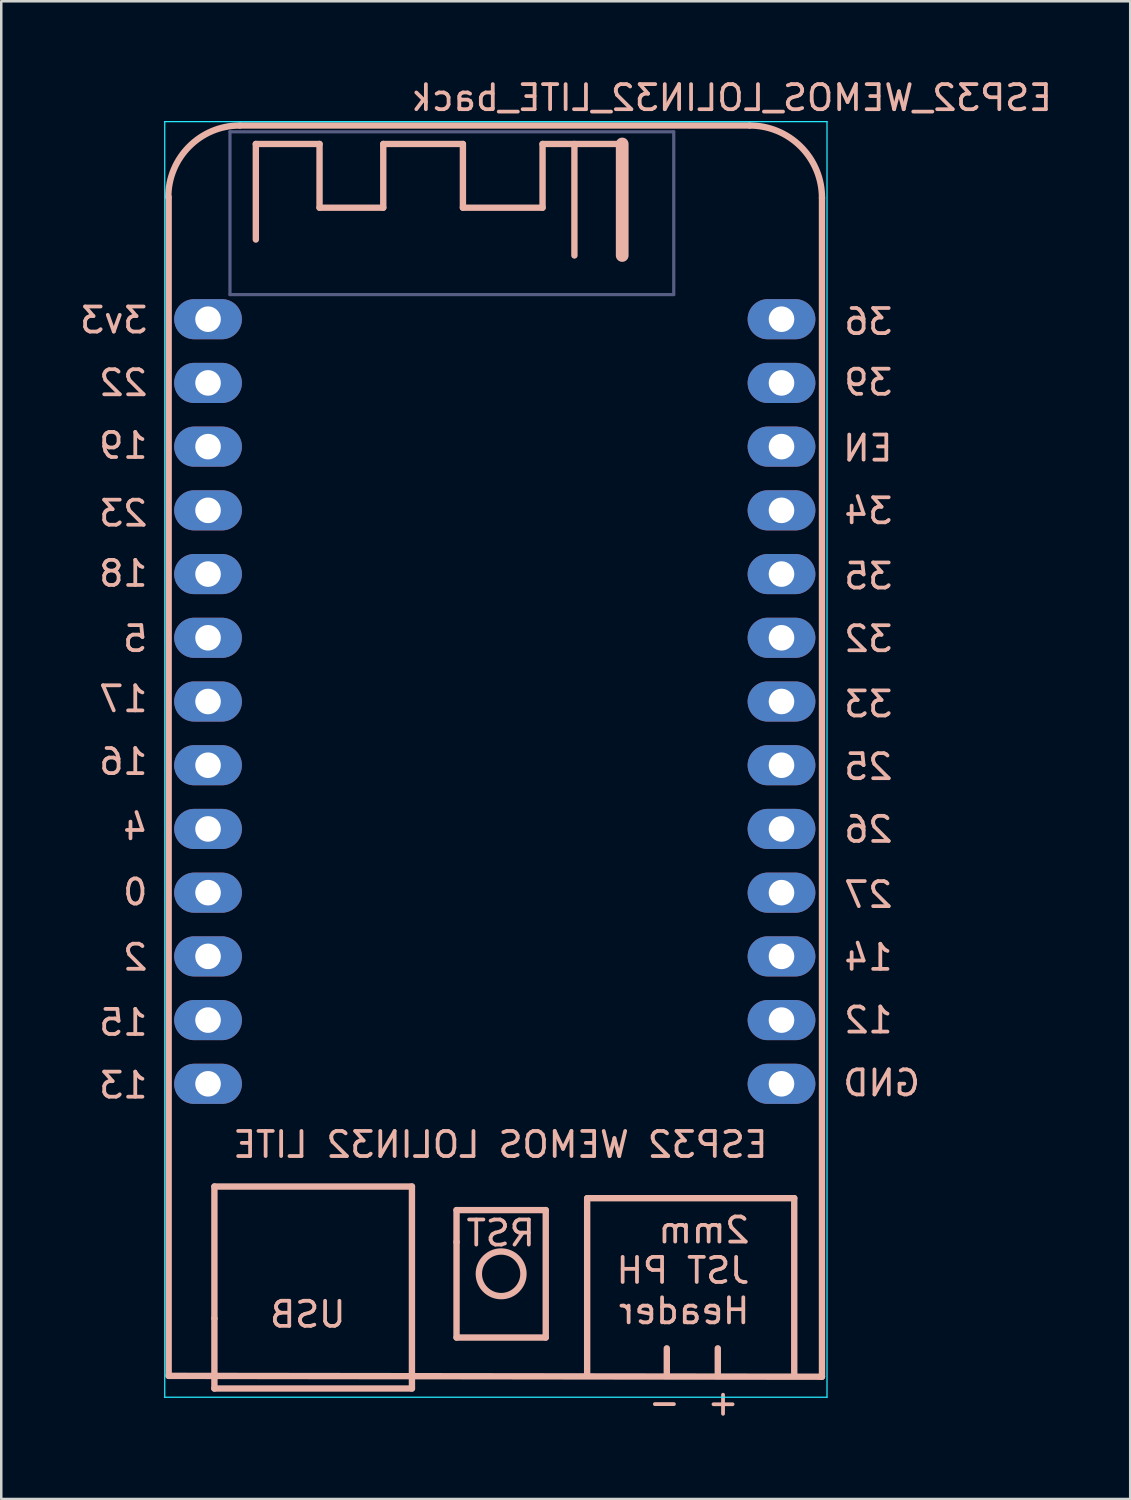
<source format=kicad_pcb>
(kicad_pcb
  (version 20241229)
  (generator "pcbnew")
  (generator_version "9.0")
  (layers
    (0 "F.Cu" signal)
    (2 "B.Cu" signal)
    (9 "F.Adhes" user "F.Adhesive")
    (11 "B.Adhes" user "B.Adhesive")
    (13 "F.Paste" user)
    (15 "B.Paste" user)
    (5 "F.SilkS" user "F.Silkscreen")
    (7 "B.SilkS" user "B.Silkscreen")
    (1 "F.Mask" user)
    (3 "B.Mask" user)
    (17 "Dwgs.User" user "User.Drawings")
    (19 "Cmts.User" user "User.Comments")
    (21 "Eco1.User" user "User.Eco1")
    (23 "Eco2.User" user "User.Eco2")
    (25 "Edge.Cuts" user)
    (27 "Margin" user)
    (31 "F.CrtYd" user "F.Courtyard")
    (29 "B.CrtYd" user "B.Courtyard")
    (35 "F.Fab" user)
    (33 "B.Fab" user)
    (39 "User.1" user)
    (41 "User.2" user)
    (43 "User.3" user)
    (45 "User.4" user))
  (footprint "ESP32_WEMOS_LOLIN32_LITE_back"
    (layer "F.Cu")
    (at 16.517 26.198)
    (property "Reference" "ESP32_WEMOS_LOLIN32_LITE_back" (at 9.6 -25.35 0) (layer "B.SilkS") (effects (font (size 1 1) (thickness 0.15)) (justify mirror)))
    (attr through_hole)
    (fp_line (start -12.844 -21.392) (end -12.844 25.598) (stroke (width 0.254) (type solid)) (layer "B.SilkS"))
    (fp_line (start -11.02 18.05) (end -3.146 18.05) (stroke (width 0.254) (type solid)) (layer "B.SilkS"))
    (fp_line (start -11.02 23.308) (end -11.02 18.05) (stroke (width 0.254) (type solid)) (layer "B.SilkS"))
    (fp_line (start -11.02 26.102) (end -11.02 23.308) (stroke (width 0.254) (type solid)) (layer "B.SilkS"))
    (fp_line (start -9.369 -23.509) (end -9.369 -19.699) (stroke (width 0.254) (type solid)) (layer "B.SilkS"))
    (fp_line (start -6.829 -23.509) (end -9.369 -23.509) (stroke (width 0.254) (type solid)) (layer "B.SilkS"))
    (fp_line (start -6.829 -20.969) (end -6.829 -23.509) (stroke (width 0.254) (type solid)) (layer "B.SilkS"))
    (fp_line (start -4.289 -23.509) (end -4.289 -20.969) (stroke (width 0.254) (type solid)) (layer "B.SilkS"))
    (fp_line (start -4.289 -20.969) (end -6.829 -20.969) (stroke (width 0.254) (type solid)) (layer "B.SilkS"))
    (fp_line (start -3.146 18.05) (end -3.146 26.102) (stroke (width 0.254) (type solid)) (layer "B.SilkS"))
    (fp_line (start -3.146 26.102) (end -11.02 26.102) (stroke (width 0.254) (type solid)) (layer "B.SilkS"))
    (fp_line (start -1.368 18.99) (end -1.368 20.26) (stroke (width 0.254) (type solid)) (layer "B.SilkS"))
    (fp_line (start -1.368 20.26) (end -1.368 24.07) (stroke (width 0.254) (type solid)) (layer "B.SilkS"))
    (fp_line (start -1.368 24.07) (end 2.188 24.07) (stroke (width 0.254) (type solid)) (layer "B.SilkS"))
    (fp_line (start -1.114 -23.509) (end -4.289 -23.509) (stroke (width 0.254) (type solid)) (layer "B.SilkS"))
    (fp_line (start -1.114 -20.969) (end -1.114 -23.509) (stroke (width 0.254) (type solid)) (layer "B.SilkS"))
    (fp_line (start 2.061 -23.509) (end 2.061 -20.969) (stroke (width 0.254) (type solid)) (layer "B.SilkS"))
    (fp_line (start 2.061 -20.969) (end -1.114 -20.969) (stroke (width 0.254) (type solid)) (layer "B.SilkS"))
    (fp_line (start 2.188 18.99) (end -1.368 18.99) (stroke (width 0.254) (type solid)) (layer "B.SilkS"))
    (fp_line (start 2.188 24.07) (end 2.188 18.99) (stroke (width 0.254) (type solid)) (layer "B.SilkS"))
    (fp_line (start 3.331 -19.064) (end 3.331 -23.509) (stroke (width 0.254) (type solid)) (layer "B.SilkS"))
    (fp_line (start 3.839 18.515) (end 12.094 18.515) (stroke (width 0.254) (type solid)) (layer "B.SilkS"))
    (fp_line (start 3.839 25.5) (end 3.839 18.515) (stroke (width 0.254) (type solid)) (layer "B.SilkS"))
    (fp_line (start 5.236 -23.509) (end 2.061 -23.509) (stroke (width 0.254) (type solid)) (layer "B.SilkS"))
    (fp_line (start 5.236 -23.509) (end 5.236 -19.064) (stroke (width 0.508) (type solid)) (layer "B.SilkS"))
    (fp_line (start 7.014 24.5) (end 7.014 25.5) (stroke (width 0.254) (type solid)) (layer "B.SilkS"))
    (fp_line (start 9.046 24.5) (end 9.046 25.5) (stroke (width 0.254) (type solid)) (layer "B.SilkS"))
    (fp_line (start 10.316 -24.246) (end -10.004 -24.246) (stroke (width 0.254) (type solid)) (layer "B.SilkS"))
    (fp_line (start 12.094 18.515) (end 12.094 25.5) (stroke (width 0.254) (type solid)) (layer "B.SilkS"))
    (fp_line (start 13.2 25.632) (end -12.844 25.598) (stroke (width 0.254) (type solid)) (layer "B.SilkS"))
    (fp_line (start 13.2 25.632) (end 13.2 -21.358) (stroke (width 0.254) (type solid)) (layer "B.SilkS"))
    (fp_arc (start -12.858219 -21.391817) (mid -12.022222 -23.41009) (end -10.003949 -24.246087) (stroke (width 0.254) (type solid)) (layer "B.SilkS"))
    (fp_arc (start 10.316051 -24.246087) (mid 12.356708 -23.4) (end 13.199999 -21.358185) (stroke (width 0.254) (type solid)) (layer "B.SilkS"))
    (fp_circle (center 0.41 21.53) (end 1.299 21.53) (stroke (width 0.254) (type solid)) (fill no) (layer "B.SilkS"))
    (fp_line (start -13 -24.4) (end -13 26.45) (stroke (width 0.05) (type solid)) (layer "B.CrtYd"))
    (fp_line (start -13 26.45) (end 13.4 26.45) (stroke (width 0.05) (type solid)) (layer "B.CrtYd"))
    (fp_line (start 13.4 -24.4) (end -13 -24.4) (stroke (width 0.05) (type solid)) (layer "B.CrtYd"))
    (fp_line (start 13.4 26.45) (end 13.4 -24.4) (stroke (width 0.05) (type solid)) (layer "B.CrtYd"))
    (fp_line (start -10.4 -23.995) (end 7.29 -23.995) (stroke (width 0.127) (type solid)) (layer "B.Fab"))
    (fp_line (start -10.4 -17.505) (end -10.4 -23.995) (stroke (width 0.127) (type solid)) (layer "B.Fab"))
    (fp_line (start -10.4 -17.505) (end 7.29 -17.505) (stroke (width 0.127) (type solid)) (layer "B.Fab"))
    (fp_line (start 7.29 -23.995) (end 7.29 -17.505) (stroke (width 0.127) (type solid)) (layer "B.Fab"))
    (fp_text user "GND" (at 17.2 14.51 0) (unlocked yes) (layer "B.SilkS") (effects (font (size 1 1) (thickness 0.15)) (justify left bottom mirror)))
    (fp_text user "13" (at -13.6 14.6 0) (unlocked yes) (layer "B.SilkS") (effects (font (size 1 1) (thickness 0.15)) (justify left bottom mirror)))
    (fp_text user "27" (at 16.1 7.004 0) (unlocked yes) (layer "B.SilkS") (effects (font (size 1 1) (thickness 0.15)) (justify left bottom mirror)))
    (fp_text user "32" (at 16.1 -3.196 0) (unlocked yes) (layer "B.SilkS") (effects (font (size 1 1) (thickness 0.15)) (justify left bottom mirror)))
    (fp_text user "34" (at 16.1 -8.296 0) (unlocked yes) (layer "B.SilkS") (effects (font (size 1 1) (thickness 0.15)) (justify left bottom mirror)))
    (fp_text user "36" (at 16.1 -15.84 0) (unlocked yes) (layer "B.SilkS") (effects (font (size 1 1) (thickness 0.15)) (justify left bottom mirror)))
    (fp_text user "-" (at 6.2 26.65 0) (unlocked yes) (layer "B.SilkS") (effects (font (size 1 1) (thickness 0.15)) (justify left)))
    (fp_text user "EN" (at 16.1 -10.796 0) (unlocked yes) (layer "B.SilkS") (effects (font (size 1 1) (thickness 0.15)) (justify left bottom mirror)))
    (fp_text user "RST" (at 1.85 19.91 0) (unlocked yes) (layer "B.SilkS") (effects (font (size 1 1) (thickness 0.15)) (justify left mirror)))
    (fp_text user "2mm\nJST PH\nHeader" (at 10.4 21.4 0) (unlocked yes) (layer "B.SilkS") (effects (font (size 1 1) (thickness 0.15)) (justify left mirror)))
    (fp_text user "2" (at -13.6 9.5 0) (unlocked yes) (layer "B.SilkS") (effects (font (size 1 1) (thickness 0.15)) (justify left bottom mirror)))
    (fp_text user "26" (at 16.1 4.404 0) (unlocked yes) (layer "B.SilkS") (effects (font (size 1 1) (thickness 0.15)) (justify left bottom mirror)))
    (fp_text user "5" (at -13.6 -3.2 0) (unlocked yes) (layer "B.SilkS") (effects (font (size 1 1) (thickness 0.15)) (justify left bottom mirror)))
    (fp_text user "+" (at 8.538 26.656 0) (unlocked yes) (layer "B.SilkS") (effects (font (size 1 1) (thickness 0.15)) (justify left)))
    (fp_text user "39" (at 16.1 -13.42 0) (unlocked yes) (layer "B.SilkS") (effects (font (size 1 1) (thickness 0.15)) (justify left bottom mirror)))
    (fp_text user "35" (at 16.1 -5.696 0) (unlocked yes) (layer "B.SilkS") (effects (font (size 1 1) (thickness 0.15)) (justify left bottom mirror)))
    (fp_text user "0" (at -13.6 6.9 0) (unlocked yes) (layer "B.SilkS") (effects (font (size 1 1) (thickness 0.15)) (justify left bottom mirror)))
    (fp_text user "16" (at -13.6 1.7 0) (unlocked yes) (layer "B.SilkS") (effects (font (size 1 1) (thickness 0.15)) (justify left bottom mirror)))
    (fp_text user "12" (at 16.1 12.004 0) (unlocked yes) (layer "B.SilkS") (effects (font (size 1 1) (thickness 0.15)) (justify left bottom mirror)))
    (fp_text user "14" (at 16.1 9.504 0) (unlocked yes) (layer "B.SilkS") (effects (font (size 1 1) (thickness 0.15)) (justify left bottom mirror)))
    (fp_text user "USB" (at -5.7 23.15 0) (unlocked yes) (layer "B.SilkS") (effects (font (size 1 1) (thickness 0.15)) (justify left mirror)))
    (fp_text user "18" (at -13.6 -5.8 0) (unlocked yes) (layer "B.SilkS") (effects (font (size 1 1) (thickness 0.15)) (justify left bottom mirror)))
    (fp_text user "17" (at -13.6 -0.8 0) (unlocked yes) (layer "B.SilkS") (effects (font (size 1 1) (thickness 0.15)) (justify left bottom mirror)))
    (fp_text user "23" (at -13.6 -8.2 0) (unlocked yes) (layer "B.SilkS") (effects (font (size 1 1) (thickness 0.15)) (justify left bottom mirror)))
    (fp_text user "19" (at -13.6 -10.9 0) (unlocked yes) (layer "B.SilkS") (effects (font (size 1 1) (thickness 0.15)) (justify left bottom mirror)))
    (fp_text user "4" (at -13.6 4.3 0) (unlocked yes) (layer "B.SilkS") (effects (font (size 1 1) (thickness 0.15)) (justify left bottom mirror)))
    (fp_text user "25" (at 16.1 1.904 0) (unlocked yes) (layer "B.SilkS") (effects (font (size 1 1) (thickness 0.15)) (justify left bottom mirror)))
    (fp_text user "3v3" (at -13.6 -15.9 0) (unlocked yes) (layer "B.SilkS") (effects (font (size 1 1) (thickness 0.15)) (justify left bottom mirror)))
    (fp_text user "15" (at -13.6 12.1 0) (unlocked yes) (layer "B.SilkS") (effects (font (size 1 1) (thickness 0.15)) (justify left bottom mirror)))
    (fp_text user "22" (at -13.6 -13.4 0) (unlocked yes) (layer "B.SilkS") (effects (font (size 1 1) (thickness 0.15)) (justify left bottom mirror)))
    (fp_text user "ESP32 WEMOS LOLIN32 LITE" (at 11.12 16.38 0) (layer "B.SilkS") (effects (font (size 1 1) (thickness 0.15)) (justify left mirror)))
    (fp_text user "33" (at 16.1 -0.596 0) (unlocked yes) (layer "B.SilkS") (effects (font (size 1 1) (thickness 0.15)) (justify left bottom mirror)))
    (pad "0" thru_hole oval (at -11.274 6.336) (size 2.7 1.6) (drill 1.02) (layers "*.Cu" "*.Paste" "*.Mask"))
    (pad "2" thru_hole oval (at -11.274 8.876) (size 2.7 1.6) (drill 1.02) (layers "*.Cu" "*.Paste" "*.Mask"))
    (pad "3V3" thru_hole oval (at -11.274 -16.524) (size 2.7 1.6) (drill 1.02) (layers "*.Cu" "*.Paste" "*.Mask"))
    (pad "4" thru_hole oval (at -11.274 3.796) (size 2.7 1.6) (drill 1.02) (layers "*.Cu" "*.Paste" "*.Mask"))
    (pad "5" thru_hole oval (at -11.274 -3.824) (size 2.7 1.6) (drill 1.02) (layers "*.Cu" "*.Paste" "*.Mask"))
    (pad "12" thru_hole oval (at 11.586 11.416) (size 2.7 1.6) (drill 1.02) (layers "*.Cu" "*.Paste" "*.Mask"))
    (pad "13" thru_hole oval (at -11.274 13.956) (size 2.7 1.6) (drill 1.02) (layers "*.Cu" "*.Paste" "*.Mask"))
    (pad "14" thru_hole oval (at 11.586 8.876) (size 2.7 1.6) (drill 1.02) (layers "*.Cu" "*.Paste" "*.Mask"))
    (pad "15" thru_hole oval (at -11.274 11.416) (size 2.7 1.6) (drill 1.02) (layers "*.Cu" "*.Paste" "*.Mask"))
    (pad "16" thru_hole oval (at -11.274 1.256) (size 2.7 1.6) (drill 1.02) (layers "*.Cu" "*.Paste" "*.Mask"))
    (pad "17" thru_hole oval (at -11.274 -1.284) (size 2.7 1.6) (drill 1.02) (layers "*.Cu" "*.Paste" "*.Mask"))
    (pad "18" thru_hole oval (at -11.274 -6.364) (size 2.7 1.6) (drill 1.02) (layers "*.Cu" "*.Paste" "*.Mask"))
    (pad "19" thru_hole oval (at -11.274 -11.444) (size 2.7 1.6) (drill 1.02) (layers "*.Cu" "*.Paste" "*.Mask"))
    (pad "22" thru_hole oval (at -11.274 -13.984) (size 2.7 1.6) (drill 1.02) (layers "*.Cu" "*.Paste" "*.Mask"))
    (pad "23" thru_hole oval (at -11.274 -8.904) (size 2.7 1.6) (drill 1.02) (layers "*.Cu" "*.Paste" "*.Mask"))
    (pad "25" thru_hole oval (at 11.586 1.256) (size 2.7 1.6) (drill 1.02) (layers "*.Cu" "*.Paste" "*.Mask"))
    (pad "26" thru_hole oval (at 11.586 3.796) (size 2.7 1.6) (drill 1.02) (layers "*.Cu" "*.Paste" "*.Mask"))
    (pad "27" thru_hole oval (at 11.586 6.336) (size 2.7 1.6) (drill 1.02) (layers "*.Cu" "*.Paste" "*.Mask"))
    (pad "32" thru_hole oval (at 11.586 -3.824) (size 2.7 1.6) (drill 1.02) (layers "*.Cu" "*.Paste" "*.Mask"))
    (pad "33" thru_hole oval (at 11.586 -1.284) (size 2.7 1.6) (drill 1.02) (layers "*.Cu" "*.Paste" "*.Mask"))
    (pad "34" thru_hole oval (at 11.586 -8.904) (size 2.7 1.6) (drill 1.02) (layers "*.Cu" "*.Paste" "*.Mask"))
    (pad "35" thru_hole oval (at 11.586 -6.364) (size 2.7 1.6) (drill 1.02) (layers "*.Cu" "*.Paste" "*.Mask"))
    (pad "36" thru_hole oval (at 11.586 -16.524) (size 2.7 1.6) (drill 1.02) (layers "*.Cu" "*.Paste" "*.Mask"))
    (pad "39" thru_hole oval (at 11.586 -13.984) (size 2.7 1.6) (drill 1.02) (layers "*.Cu" "*.Paste" "*.Mask"))
    (pad "EN" thru_hole oval (at 11.586 -11.444) (size 2.7 1.6) (drill 1.02) (layers "*.Cu" "*.Paste" "*.Mask"))
    (pad "GND" thru_hole oval (at 11.586 13.956) (size 2.7 1.6) (drill 1.02) (layers "*.Cu" "*.Paste" "*.Mask")))
  (gr_rect
    (start -3 -3)
    (end 42.004 56.703)
    (stroke (width 0.1) (type default))
    (fill no)
    (layer "Edge.Cuts")))
</source>
